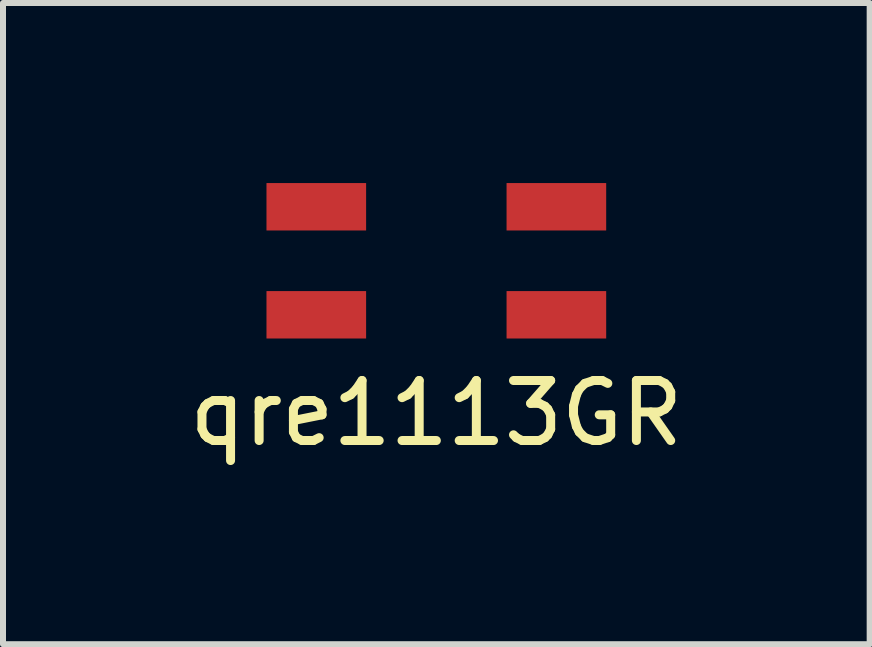
<source format=kicad_pcb>
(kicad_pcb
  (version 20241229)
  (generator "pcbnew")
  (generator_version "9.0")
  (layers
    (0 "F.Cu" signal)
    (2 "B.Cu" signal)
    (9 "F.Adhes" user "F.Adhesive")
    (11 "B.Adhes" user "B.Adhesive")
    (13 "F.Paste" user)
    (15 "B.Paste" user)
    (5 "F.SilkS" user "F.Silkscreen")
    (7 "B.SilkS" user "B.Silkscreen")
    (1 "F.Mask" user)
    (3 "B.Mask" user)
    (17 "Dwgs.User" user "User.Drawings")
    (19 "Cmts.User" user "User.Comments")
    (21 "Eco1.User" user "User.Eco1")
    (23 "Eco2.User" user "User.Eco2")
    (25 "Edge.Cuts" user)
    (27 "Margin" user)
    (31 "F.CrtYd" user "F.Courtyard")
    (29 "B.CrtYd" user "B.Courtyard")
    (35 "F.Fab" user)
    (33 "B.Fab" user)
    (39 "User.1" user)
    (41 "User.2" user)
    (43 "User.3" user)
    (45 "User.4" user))
  (footprint "qre1113GR"
    (layer "F.Cu")
    (at 4.22 1.295)
    (property "Reference" "qre1113GR" (at 0 2.54 0) (layer "F.SilkS") (effects (font (size 1 1) (thickness 0.15))))
    (attr through_hole)
    (pad "1" smd rect (at -2 0.9) (size 1.66 0.79) (layers "F.Cu" "F.Mask" "F.Paste"))
    (pad "2" smd rect (at 2 0.9) (size 1.66 0.79) (layers "F.Cu" "F.Mask" "F.Paste"))
    (pad "3" smd rect (at 2 -0.9) (size 1.66 0.79) (layers "F.Cu" "F.Mask" "F.Paste"))
    (pad "4" smd rect (at -2 -0.9) (size 1.66 0.79) (layers "F.Cu" "F.Mask" "F.Paste")))
  (gr_rect
    (start -3 -3)
    (end 11.44 7.683)
    (stroke (width 0.1) (type default))
    (fill no)
    (layer "Edge.Cuts")))
</source>
